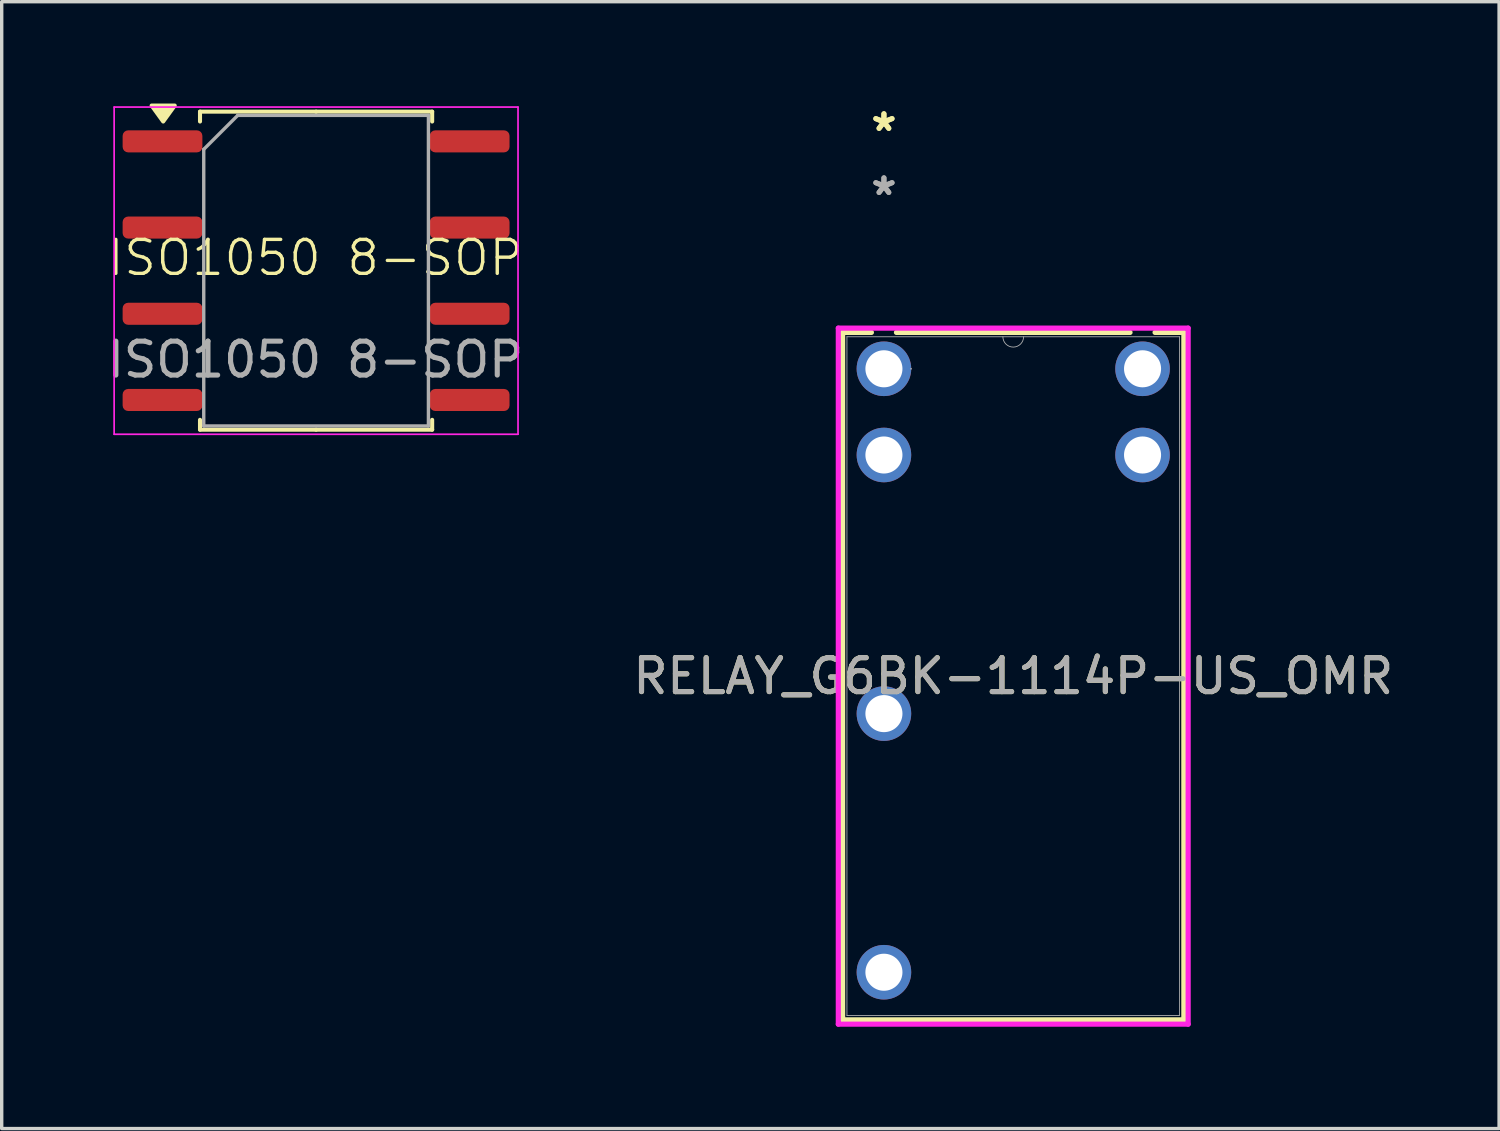
<source format=kicad_pcb>
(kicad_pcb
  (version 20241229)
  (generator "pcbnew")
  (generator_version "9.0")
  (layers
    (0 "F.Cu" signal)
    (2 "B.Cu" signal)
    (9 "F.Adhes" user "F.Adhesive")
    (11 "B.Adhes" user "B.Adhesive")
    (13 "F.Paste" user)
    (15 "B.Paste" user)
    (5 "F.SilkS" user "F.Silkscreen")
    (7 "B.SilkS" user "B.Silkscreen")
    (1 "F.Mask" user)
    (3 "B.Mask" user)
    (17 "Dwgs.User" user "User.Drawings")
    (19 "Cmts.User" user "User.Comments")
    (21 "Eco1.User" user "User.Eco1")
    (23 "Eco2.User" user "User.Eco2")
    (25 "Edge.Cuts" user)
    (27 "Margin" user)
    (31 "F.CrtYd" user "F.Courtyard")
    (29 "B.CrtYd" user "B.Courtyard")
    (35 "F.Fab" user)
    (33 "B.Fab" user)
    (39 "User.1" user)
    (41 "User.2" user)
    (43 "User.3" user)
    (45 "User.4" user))
  (footprint "RELAY_G6BK-1114P-US_OMR"
    (layer "F.Cu")
    (at 30.614 25.928)
    (property "Reference" "RELAY_G6BK-1114P-US_OMR" (at -3.81 -9.056 0) (unlocked yes) (layer "F.SilkS") (effects (font (size 1 1) (thickness 0.15))))
    (attr through_hole)
    (fp_line (start -8.837 -19.183) (end -8.837 1.071) (stroke (width 0.152) (type solid)) (layer "F.SilkS"))
    (fp_line (start -8.837 1.071) (end 1.217 1.071) (stroke (width 0.152) (type solid)) (layer "F.SilkS"))
    (fp_line (start -7.989 -19.183) (end -8.837 -19.183) (stroke (width 0.152) (type solid)) (layer "F.SilkS"))
    (fp_line (start -0.369 -19.183) (end -7.251 -19.183) (stroke (width 0.152) (type solid)) (layer "F.SilkS"))
    (fp_line (start 1.217 -19.183) (end 0.369 -19.183) (stroke (width 0.152) (type solid)) (layer "F.SilkS"))
    (fp_line (start 1.217 1.071) (end 1.217 -19.183) (stroke (width 0.152) (type solid)) (layer "F.SilkS"))
    (fp_line (start -8.964 -19.31) (end 1.344 -19.31) (stroke (width 0.152) (type solid)) (layer "F.CrtYd"))
    (fp_line (start -8.964 1.198) (end -8.964 -19.31) (stroke (width 0.152) (type solid)) (layer "F.CrtYd"))
    (fp_line (start 1.344 -19.31) (end 1.344 1.198) (stroke (width 0.152) (type solid)) (layer "F.CrtYd"))
    (fp_line (start 1.344 1.198) (end -8.964 1.198) (stroke (width 0.152) (type solid)) (layer "F.CrtYd"))
    (fp_line (start -8.71 -19.056) (end -8.71 0.944) (stroke (width 0.025) (type solid)) (layer "F.Fab"))
    (fp_line (start -8.71 0.944) (end 1.09 0.944) (stroke (width 0.025) (type solid)) (layer "F.Fab"))
    (fp_line (start 1.09 -19.056) (end -8.71 -19.056) (stroke (width 0.025) (type solid)) (layer "F.Fab"))
    (fp_line (start 1.09 0.944) (end 1.09 -19.056) (stroke (width 0.025) (type solid)) (layer "F.Fab"))
    (fp_arc (start -3.5052 -19.056) (mid -3.81 -18.7512) (end -4.1148 -19.056) (stroke (width 0.0254) (type solid)) (layer "F.Fab"))
    (fp_circle (center -6.82 -18.112) (end -6.82 -18.112) (stroke (width 0.025) (type solid)) (fill no) (layer "F.Fab"))
    (fp_text user "*" (at -7.62 -25.08 0) (layer "F.SilkS") (effects (font (size 1 1) (thickness 0.15))))
    (fp_text user "*" (at -7.62 -25.08 0) (unlocked yes) (layer "F.SilkS") (effects (font (size 1 1) (thickness 0.15))))
    (fp_text user "*" (at -7.62 -23.192 0) (layer "F.Fab") (effects (font (size 1 1) (thickness 0.15))))
    (fp_text user "*" (at -7.62 -23.192 0) (unlocked yes) (layer "F.Fab") (effects (font (size 1 1) (thickness 0.15))))
    (fp_text user "${REFERENCE}" (at -3.81 -9.056 0) (unlocked yes) (layer "F.Fab") (effects (font (size 1 1) (thickness 0.15))))
    (pad "1" thru_hole circle (at -7.62 -18.112) (size 1.608 1.608) (drill 1.092) (layers "*.Cu" "*.Mask"))
    (pad "2" thru_hole circle (at -7.62 -15.572) (size 1.608 1.608) (drill 1.092) (layers "*.Cu" "*.Mask"))
    (pad "3" thru_hole circle (at -7.62 -7.952) (size 1.608 1.608) (drill 1.092) (layers "*.Cu" "*.Mask"))
    (pad "4" thru_hole circle (at -7.62 -0.332) (size 1.608 1.608) (drill 1.092) (layers "*.Cu" "*.Mask"))
    (pad "5" thru_hole circle (at 0 -15.572) (size 1.608 1.608) (drill 1.092) (layers "*.Cu" "*.Mask"))
    (pad "6" thru_hole circle (at 0 -18.112) (size 1.608 1.608) (drill 1.092) (layers "*.Cu" "*.Mask")))
  (footprint "ISO1050 8-SOP"
    (layer "F.Cu")
    (at 6.244 5.046)
    (property "Reference" "ISO1050 8-SOP" (at 0 -0.5 0) (unlocked yes) (layer "F.SilkS") (effects (font (size 1 1) (thickness 0.1))))
    (attr smd)
    (fp_line (start -3.401 -4.806) (end -3.401 -4.516) (stroke (width 0.12) (type solid)) (layer "F.SilkS"))
    (fp_line (start -3.401 4.564) (end -3.401 4.274) (stroke (width 0.12) (type solid)) (layer "F.SilkS"))
    (fp_line (start 0.019 -4.806) (end -3.401 -4.806) (stroke (width 0.12) (type solid)) (layer "F.SilkS"))
    (fp_line (start 0.019 -4.806) (end 3.439 -4.806) (stroke (width 0.12) (type solid)) (layer "F.SilkS"))
    (fp_line (start 0.019 4.564) (end -3.401 4.564) (stroke (width 0.12) (type solid)) (layer "F.SilkS"))
    (fp_line (start 0.019 4.564) (end 3.439 4.564) (stroke (width 0.12) (type solid)) (layer "F.SilkS"))
    (fp_line (start 3.439 -4.806) (end 3.439 -4.516) (stroke (width 0.12) (type solid)) (layer "F.SilkS"))
    (fp_line (start 3.439 4.564) (end 3.439 4.274) (stroke (width 0.12) (type solid)) (layer "F.SilkS"))
    (fp_poly (pts (xy -4.486 -4.516) (xy -4.826 -4.986) (xy -4.146 -4.986) (xy -4.486 -4.516)) (stroke (width 0.12) (type solid)) (fill yes) (layer "F.SilkS"))
    (fp_line (start -5.931 -4.941) (end -5.931 4.699) (stroke (width 0.05) (type solid)) (layer "F.CrtYd"))
    (fp_line (start -5.931 4.699) (end 5.969 4.699) (stroke (width 0.05) (type solid)) (layer "F.CrtYd"))
    (fp_line (start 5.969 -4.941) (end -5.931 -4.941) (stroke (width 0.05) (type solid)) (layer "F.CrtYd"))
    (fp_line (start 5.969 4.699) (end 5.969 -4.941) (stroke (width 0.05) (type solid)) (layer "F.CrtYd"))
    (fp_line (start -3.291 -3.696) (end -2.291 -4.696) (stroke (width 0.1) (type solid)) (layer "F.Fab"))
    (fp_line (start -3.291 4.454) (end -3.291 -3.696) (stroke (width 0.1) (type solid)) (layer "F.Fab"))
    (fp_line (start -2.291 -4.696) (end 3.329 -4.696) (stroke (width 0.1) (type solid)) (layer "F.Fab"))
    (fp_line (start 3.329 -4.696) (end 3.329 4.454) (stroke (width 0.1) (type solid)) (layer "F.Fab"))
    (fp_line (start 3.329 4.454) (end -3.291 4.454) (stroke (width 0.1) (type solid)) (layer "F.Fab"))
    (fp_text user "${REFERENCE}" (at 0 2.5 0) (unlocked yes) (layer "F.Fab") (effects (font (size 1 1) (thickness 0.15))))
    (pad "1" smd roundrect (at -4.506 -3.931) (size 2.35 0.65) (layers "F.Cu" "F.Mask" "F.Paste") (roundrect_rratio 0.25))
    (pad "2" smd roundrect (at -4.506 -1.391) (size 2.35 0.65) (layers "F.Cu" "F.Mask" "F.Paste") (roundrect_rratio 0.25))
    (pad "3" smd roundrect (at -4.506 1.149) (size 2.35 0.65) (layers "F.Cu" "F.Mask" "F.Paste") (roundrect_rratio 0.25))
    (pad "4" smd roundrect (at -4.506 3.689) (size 2.35 0.65) (layers "F.Cu" "F.Mask" "F.Paste") (roundrect_rratio 0.25))
    (pad "5" smd roundrect (at 4.544 3.689) (size 2.35 0.65) (layers "F.Cu" "F.Mask" "F.Paste") (roundrect_rratio 0.25))
    (pad "6" smd roundrect (at 4.544 1.149) (size 2.35 0.65) (layers "F.Cu" "F.Mask" "F.Paste") (roundrect_rratio 0.25))
    (pad "7" smd roundrect (at 4.544 -1.391) (size 2.35 0.65) (layers "F.Cu" "F.Mask" "F.Paste") (roundrect_rratio 0.25))
    (pad "8" smd roundrect (at 4.544 -3.931) (size 2.35 0.65) (layers "F.Cu" "F.Mask" "F.Paste") (roundrect_rratio 0.25))
    (zone (net_name "") (layers "F.Cu" "B.Cu") (name "ISO1050 NoTrace Zone") (hatch full 0.5) (connect_pads) (min_thickness 0.25) (filled_areas_thickness no) (keepout (tracks not_allowed) (vias not_allowed) (pads not_allowed) (copperpour not_allowed) (footprints not_allowed)) (placement (enabled no)) (fill) (polygon (pts (xy 2.843 0.24) (xy 9.683 0.24) (xy 9.683 9.61) (xy 2.843 9.61)))))
  (gr_rect
    (start -3 -3)
    (end 41.119 30.202)
    (stroke (width 0.1) (type default))
    (fill no)
    (layer "Edge.Cuts")))
</source>
